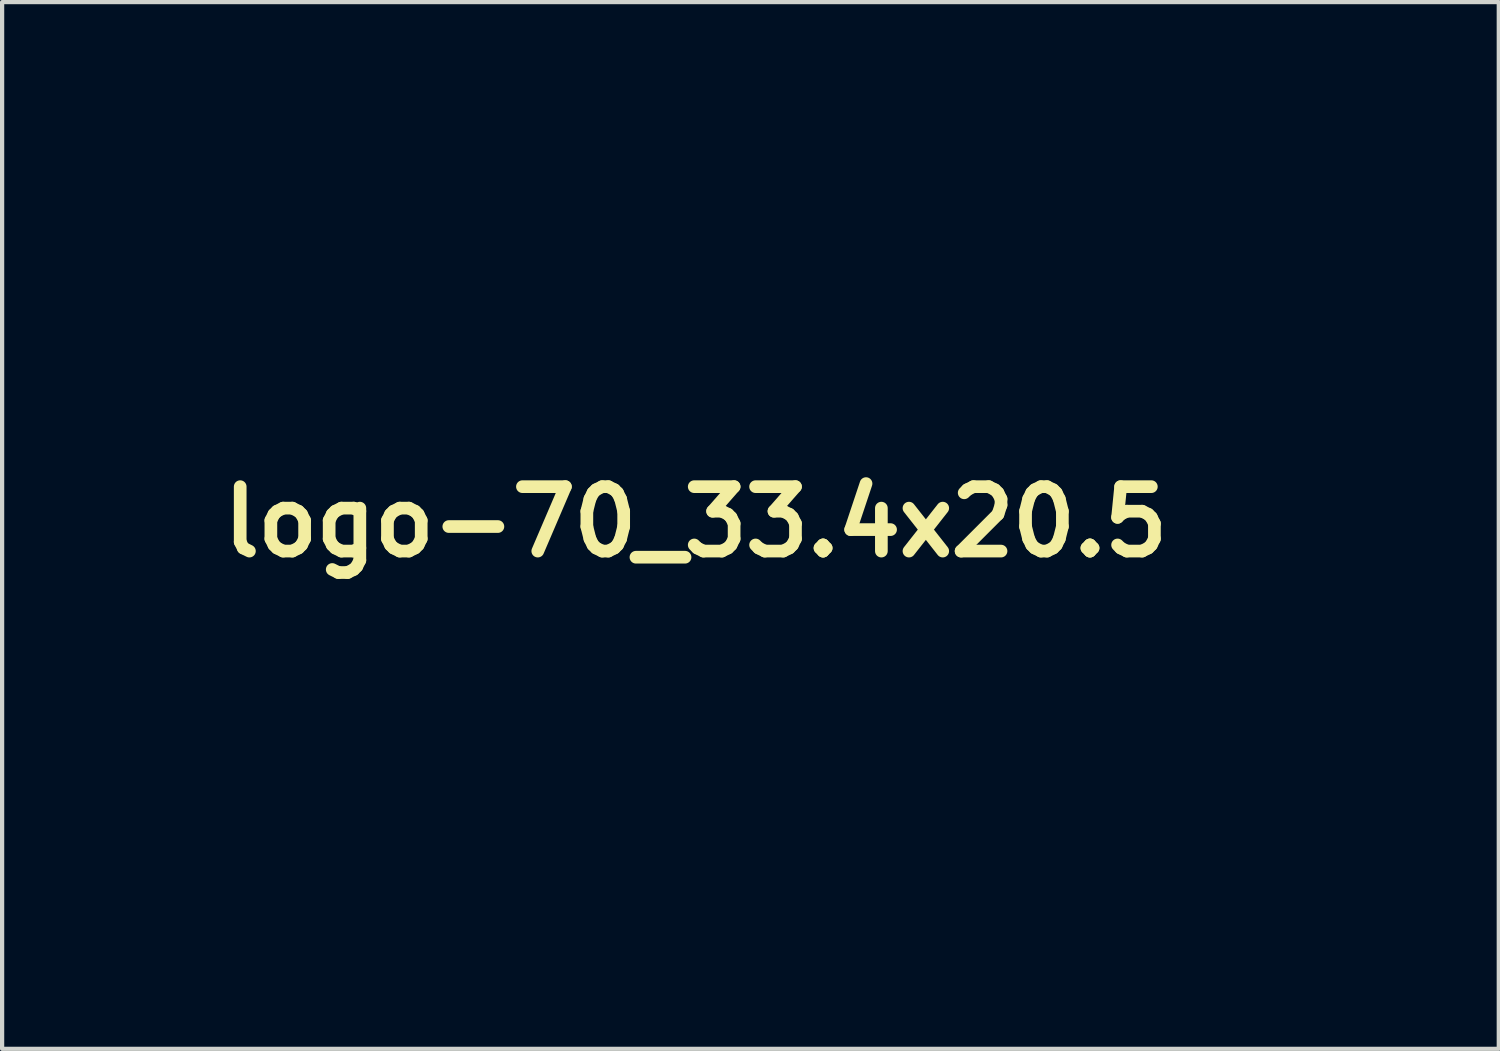
<source format=kicad_pcb>
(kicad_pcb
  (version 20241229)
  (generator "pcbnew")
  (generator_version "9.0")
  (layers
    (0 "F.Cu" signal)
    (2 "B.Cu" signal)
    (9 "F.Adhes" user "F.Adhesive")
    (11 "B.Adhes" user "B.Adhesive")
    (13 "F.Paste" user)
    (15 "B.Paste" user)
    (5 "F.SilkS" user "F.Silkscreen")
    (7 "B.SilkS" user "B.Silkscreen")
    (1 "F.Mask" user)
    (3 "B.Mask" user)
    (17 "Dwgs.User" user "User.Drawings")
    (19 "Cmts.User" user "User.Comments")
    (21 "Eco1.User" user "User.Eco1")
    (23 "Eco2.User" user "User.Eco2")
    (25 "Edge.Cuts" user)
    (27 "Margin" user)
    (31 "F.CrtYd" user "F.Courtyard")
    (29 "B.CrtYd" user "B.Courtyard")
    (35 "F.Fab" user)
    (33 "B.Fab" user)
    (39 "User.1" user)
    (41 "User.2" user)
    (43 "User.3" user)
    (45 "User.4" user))
  (footprint "logo-70_33.4x20.5"
    (layer "F.Cu")
    (at 13.409 9.297)
    (property "Reference" "logo-70_33.4x20.5" (at 0 0 0) (layer "F.SilkS") (effects (font (size 1.524 1.524) (thickness 0.3))))
    (attr through_hole)
    (fp_poly (pts (xy 6.045 3.352) (xy 6.066 3.514) (xy 6.052 3.736) (xy 6.013 3.955) (xy 5.958 4.111) (xy 5.916 4.149) (xy 5.874 4.073) (xy 5.847 3.878) (xy 5.842 3.73) (xy 5.861 3.458) (xy 5.908 3.29) (xy 5.974 3.248) (xy 6.045 3.352)) (stroke (width 0.01) (type solid)) (fill yes) (layer "F.Mask"))
    (fp_poly (pts (xy 4.721 3.713) (xy 4.741 3.842) (xy 4.715 4.015) (xy 4.65 4.241) (xy 4.568 4.461) (xy 4.489 4.617) (xy 4.446 4.657) (xy 4.424 4.582) (xy 4.417 4.396) (xy 4.418 4.339) (xy 4.452 4.02) (xy 4.523 3.777) (xy 4.619 3.65) (xy 4.655 3.641) (xy 4.721 3.713)) (stroke (width 0.01) (type solid)) (fill yes) (layer "F.Mask"))
    (fp_poly (pts (xy 3.2 3.869) (xy 3.216 3.958) (xy 3.184 4.115) (xy 3.106 4.332) (xy 3.002 4.56) (xy 2.897 4.754) (xy 2.813 4.864) (xy 2.782 4.87) (xy 2.773 4.767) (xy 2.804 4.561) (xy 2.86 4.31) (xy 2.929 4.073) (xy 2.997 3.908) (xy 3.001 3.902) (xy 3.113 3.813) (xy 3.2 3.869)) (stroke (width 0.01) (type solid)) (fill yes) (layer "F.Mask"))
    (fp_poly (pts (xy -0.3 3.41) (xy -0.319 3.504) (xy -0.397 3.649) (xy -0.53 3.828) (xy -0.721 4.033) (xy -0.937 4.233) (xy -1.143 4.399) (xy -1.304 4.501) (xy -1.385 4.507) (xy -1.365 4.394) (xy -1.249 4.206) (xy -1.069 3.979) (xy -0.857 3.749) (xy -0.644 3.55) (xy -0.464 3.419) (xy -0.37 3.387) (xy -0.3 3.41)) (stroke (width 0.01) (type solid)) (fill yes) (layer "F.Mask"))
    (fp_poly (pts (xy 1.517 3.819) (xy 1.524 3.848) (xy 1.482 4) (xy 1.375 4.208) (xy 1.23 4.437) (xy 1.073 4.646) (xy 0.933 4.799) (xy 0.836 4.856) (xy 0.815 4.844) (xy 0.826 4.73) (xy 0.904 4.52) (xy 1.03 4.263) (xy 1.182 4.006) (xy 1.185 4) (xy 1.305 3.874) (xy 1.434 3.805) (xy 1.517 3.819)) (stroke (width 0.01) (type solid)) (fill yes) (layer "F.Mask"))
    (fp_poly (pts (xy -2.288 2.679) (xy -2.348 2.794) (xy -2.488 2.967) (xy -2.663 3.149) (xy -2.823 3.288) (xy -2.909 3.334) (xy -3.041 3.39) (xy -3.235 3.509) (xy -3.275 3.537) (xy -3.493 3.68) (xy -3.606 3.72) (xy -3.641 3.664) (xy -3.641 3.66) (xy -3.582 3.566) (xy -3.433 3.4) (xy -3.232 3.199) (xy -3.017 2.998) (xy -2.826 2.836) (xy -2.698 2.748) (xy -2.681 2.743) (xy -2.52 2.698) (xy -2.434 2.666) (xy -2.314 2.648) (xy -2.288 2.679)) (stroke (width 0.01) (type solid)) (fill yes) (layer "F.Mask"))
    (fp_poly (pts (xy -8.467 -2.652) (xy -8.393 -2.608) (xy -8.213 -2.604) (xy -8.18 -2.607) (xy -7.936 -2.607) (xy -7.843 -2.551) (xy -7.906 -2.464) (xy -8.127 -2.375) (xy -8.147 -2.37) (xy -8.413 -2.299) (xy -8.633 -2.236) (xy -8.678 -2.222) (xy -8.844 -2.193) (xy -9.099 -2.174) (xy -9.4 -2.166) (xy -9.707 -2.166) (xy -9.979 -2.177) (xy -10.174 -2.196) (xy -10.251 -2.225) (xy -10.247 -2.232) (xy -10.126 -2.29) (xy -9.857 -2.376) (xy -9.458 -2.486) (xy -8.945 -2.615) (xy -8.657 -2.684) (xy -8.511 -2.691) (xy -8.467 -2.652)) (stroke (width 0.01) (type solid)) (fill yes) (layer "F.Mask"))
    (fp_poly (pts (xy -4.279 1.407) (xy -4.233 1.443) (xy -4.298 1.538) (xy -4.453 1.663) (xy -4.465 1.67) (xy -4.683 1.828) (xy -4.849 1.972) (xy -4.989 2.07) (xy -5.075 2.077) (xy -5.19 2.082) (xy -5.4 2.144) (xy -5.545 2.201) (xy -5.819 2.315) (xy -5.961 2.36) (xy -5.992 2.338) (xy -5.934 2.252) (xy -5.923 2.239) (xy -5.787 2.122) (xy -5.565 1.97) (xy -5.425 1.887) (xy -5.188 1.742) (xy -5.008 1.616) (xy -4.953 1.567) (xy -4.831 1.494) (xy -4.637 1.435) (xy -4.433 1.403) (xy -4.279 1.407)) (stroke (width 0.01) (type solid)) (fill yes) (layer "F.Mask"))
    (fp_poly (pts (xy -6.216 -0.321) (xy -6.079 -0.307) (xy -6.061 -0.27) (xy -6.133 -0.206) (xy -6.301 -0.111) (xy -6.397 -0.085) (xy -6.531 -0.036) (xy -6.698 0.072) (xy -6.901 0.172) (xy -7.193 0.251) (xy -7.366 0.277) (xy -7.651 0.313) (xy -7.879 0.353) (xy -7.963 0.377) (xy -8.109 0.391) (xy -8.155 0.368) (xy -8.118 0.307) (xy -7.973 0.206) (xy -7.769 0.091) (xy -7.553 -0.011) (xy -7.373 -0.075) (xy -7.313 -0.084) (xy -7.181 -0.143) (xy -7.122 -0.2) (xy -6.969 -0.274) (xy -6.673 -0.315) (xy -6.498 -0.321) (xy -6.216 -0.321)) (stroke (width 0.01) (type solid)) (fill yes) (layer "F.Mask"))
    (fp_poly (pts (xy -10.126 -5.609) (xy -10.037 -5.567) (xy -10.033 -5.563) (xy -9.894 -5.465) (xy -9.842 -5.453) (xy -9.671 -5.439) (xy -9.567 -5.431) (xy -9.429 -5.388) (xy -9.398 -5.341) (xy -9.478 -5.266) (xy -9.697 -5.202) (xy -10.028 -5.156) (xy -10.139 -5.147) (xy -10.326 -5.117) (xy -10.413 -5.067) (xy -10.414 -5.062) (xy -10.476 -5) (xy -10.628 -5.023) (xy -10.797 -5.111) (xy -10.965 -5.179) (xy -11.24 -5.243) (xy -11.545 -5.288) (xy -11.836 -5.33) (xy -12.014 -5.378) (xy -12.051 -5.424) (xy -12.051 -5.425) (xy -11.94 -5.462) (xy -11.698 -5.506) (xy -11.363 -5.55) (xy -11.046 -5.582) (xy -10.606 -5.616) (xy -10.307 -5.625) (xy -10.126 -5.609)) (stroke (width 0.01) (type solid)) (fill yes) (layer "F.Mask"))
    (fp_poly (pts (xy -12.997 -9.289) (xy -12.658 -9.267) (xy -12.253 -9.235) (xy -11.873 -9.206) (xy -11.575 -9.185) (xy -11.472 -9.178) (xy -11.242 -9.162) (xy -11.089 -9.151) (xy -11.07 -9.15) (xy -11.013 -9.075) (xy -11.007 -9.019) (xy -10.933 -8.915) (xy -10.754 -8.829) (xy -10.737 -8.825) (xy -10.543 -8.752) (xy -10.44 -8.67) (xy -10.438 -8.665) (xy -10.503 -8.631) (xy -10.695 -8.605) (xy -10.972 -8.588) (xy -11.293 -8.581) (xy -11.615 -8.585) (xy -11.895 -8.602) (xy -12.044 -8.621) (xy -12.17 -8.697) (xy -12.192 -8.76) (xy -12.27 -8.841) (xy -12.485 -8.936) (xy -12.764 -9.021) (xy -13.144 -9.129) (xy -13.357 -9.211) (xy -13.404 -9.265) (xy -13.284 -9.292) (xy -12.997 -9.289)) (stroke (width 0.01) (type solid)) (fill yes) (layer "F.Mask"))
    (fp_poly (pts (xy 6.601 0.509) (xy 6.638 0.622) (xy 6.632 0.643) (xy 6.635 0.726) (xy 6.722 0.712) (xy 6.819 0.71) (xy 6.856 0.832) (xy 6.858 0.913) (xy 6.824 1.107) (xy 6.743 1.211) (xy 6.634 1.312) (xy 6.503 1.508) (xy 6.382 1.739) (xy 6.302 1.947) (xy 6.291 2.065) (xy 6.286 2.192) (xy 6.23 2.378) (xy 6.146 2.569) (xy 6.058 2.71) (xy 5.992 2.746) (xy 5.989 2.743) (xy 5.933 2.589) (xy 5.931 2.33) (xy 5.978 2.023) (xy 6.067 1.721) (xy 6.098 1.646) (xy 6.211 1.341) (xy 6.286 1.031) (xy 6.298 0.942) (xy 6.33 0.707) (xy 6.374 0.541) (xy 6.383 0.523) (xy 6.49 0.463) (xy 6.601 0.509)) (stroke (width 0.01) (type solid)) (fill yes) (layer "F.Mask"))
    (fp_poly (pts (xy 5.826 0.835) (xy 5.849 0.995) (xy 5.866 1.127) (xy 5.897 1.124) (xy 5.898 1.122) (xy 5.979 1.018) (xy 6.054 1.059) (xy 6.095 1.225) (xy 6.096 1.27) (xy 6.06 1.468) (xy 5.976 1.524) (xy 5.86 1.587) (xy 5.695 1.744) (xy 5.525 1.943) (xy 5.39 2.137) (xy 5.334 2.275) (xy 5.334 2.277) (xy 5.271 2.366) (xy 5.244 2.371) (xy 5.194 2.423) (xy 5.207 2.455) (xy 5.198 2.572) (xy 5.115 2.772) (xy 5.052 2.886) (xy 4.91 3.09) (xy 4.811 3.153) (xy 4.785 3.135) (xy 4.752 2.938) (xy 4.813 2.638) (xy 4.961 2.266) (xy 5.171 1.873) (xy 5.333 1.582) (xy 5.451 1.326) (xy 5.481 1.228) (xy 5.673 1.228) (xy 5.715 1.27) (xy 5.757 1.228) (xy 5.715 1.185) (xy 5.673 1.228) (xy 5.481 1.228) (xy 5.503 1.156) (xy 5.503 1.144) (xy 5.555 0.946) (xy 5.676 0.798) (xy 5.774 0.762) (xy 5.826 0.835)) (stroke (width 0.01) (type solid)) (fill yes) (layer "F.Mask"))
    (fp_poly (pts (xy 4.183 0.873) (xy 4.182 0.943) (xy 4.078 1.085) (xy 3.979 1.186) (xy 3.683 1.467) (xy 3.953 1.414) (xy 4.134 1.386) (xy 4.186 1.432) (xy 4.143 1.588) (xy 4.135 1.612) (xy 4.046 1.79) (xy 3.952 1.872) (xy 3.95 1.872) (xy 3.769 1.898) (xy 3.614 1.95) (xy 3.398 2.058) (xy 3.387 2.064) (xy 3.128 2.225) (xy 2.888 2.415) (xy 2.706 2.598) (xy 2.624 2.735) (xy 2.623 2.746) (xy 2.559 2.836) (xy 2.405 2.977) (xy 2.211 3.129) (xy 2.031 3.25) (xy 1.914 3.302) (xy 1.913 3.302) (xy 1.87 3.232) (xy 1.863 3.156) (xy 1.907 3.015) (xy 2.017 2.804) (xy 2.163 2.57) (xy 2.313 2.362) (xy 2.436 2.227) (xy 2.484 2.201) (xy 2.601 2.145) (xy 2.794 1.999) (xy 3.024 1.799) (xy 3.253 1.58) (xy 3.443 1.378) (xy 3.554 1.228) (xy 3.563 1.208) (xy 3.693 1.041) (xy 3.902 0.912) (xy 4.115 0.862) (xy 4.183 0.873)) (stroke (width 0.01) (type solid)) (fill yes) (layer "F.Mask"))
    (fp_poly (pts (xy 5.041 0.878) (xy 5.132 0.932) (xy 5.093 1.013) (xy 5.044 1.064) (xy 4.935 1.228) (xy 4.911 1.329) (xy 4.933 1.414) (xy 5.025 1.365) (xy 5.04 1.353) (xy 5.166 1.286) (xy 5.217 1.294) (xy 5.223 1.403) (xy 5.152 1.567) (xy 5.042 1.72) (xy 4.934 1.795) (xy 4.914 1.795) (xy 4.814 1.841) (xy 4.643 1.978) (xy 4.439 2.168) (xy 4.24 2.374) (xy 4.083 2.557) (xy 4.006 2.682) (xy 4.005 2.703) (xy 3.965 2.793) (xy 3.846 2.965) (xy 3.75 3.087) (xy 3.585 3.274) (xy 3.49 3.339) (xy 3.434 3.299) (xy 3.421 3.27) (xy 3.421 3.063) (xy 3.527 2.776) (xy 3.723 2.443) (xy 3.989 2.099) (xy 4.087 1.992) (xy 4.301 1.741) (xy 4.465 1.503) (xy 4.475 1.482) (xy 4.657 1.482) (xy 4.699 1.524) (xy 4.741 1.482) (xy 4.699 1.439) (xy 4.657 1.482) (xy 4.475 1.482) (xy 4.541 1.338) (xy 4.643 1.099) (xy 4.805 0.928) (xy 4.983 0.867) (xy 5.041 0.878)) (stroke (width 0.01) (type solid)) (fill yes) (layer "F.Mask"))
    (fp_poly (pts (xy 3.033 0.724) (xy 3.031 0.84) (xy 2.922 0.989) (xy 2.778 1.098) (xy 2.614 1.212) (xy 2.588 1.281) (xy 2.644 1.315) (xy 2.825 1.32) (xy 2.951 1.277) (xy 3.117 1.199) (xy 3.165 1.225) (xy 3.11 1.372) (xy 3.075 1.445) (xy 2.918 1.658) (xy 2.727 1.786) (xy 2.549 1.802) (xy 2.495 1.773) (xy 2.382 1.775) (xy 2.169 1.844) (xy 1.899 1.958) (xy 1.618 2.096) (xy 1.369 2.237) (xy 1.196 2.358) (xy 1.142 2.431) (xy 1.074 2.512) (xy 0.903 2.635) (xy 0.68 2.769) (xy 0.455 2.886) (xy 0.28 2.955) (xy 0.233 2.963) (xy 0.179 2.893) (xy 0.169 2.812) (xy 0.24 2.639) (xy 0.431 2.414) (xy 0.527 2.328) (xy 0.762 2.328) (xy 0.804 2.371) (xy 0.847 2.328) (xy 0.804 2.286) (xy 0.762 2.328) (xy 0.527 2.328) (xy 0.713 2.162) (xy 1.057 1.907) (xy 1.434 1.675) (xy 1.636 1.57) (xy 2.05 1.347) (xy 2.299 1.159) (xy 2.373 1.053) (xy 2.538 0.828) (xy 2.792 0.694) (xy 2.915 0.677) (xy 3.033 0.724)) (stroke (width 0.01) (type solid)) (fill yes) (layer "F.Mask"))
    (fp_poly (pts (xy 1.951 0.311) (xy 1.972 0.397) (xy 1.873 0.517) (xy 1.734 0.634) (xy 1.66 0.677) (xy 1.561 0.706) (xy 1.381 0.773) (xy 1.143 0.868) (xy 1.384 0.937) (xy 1.634 0.962) (xy 1.828 0.928) (xy 1.991 0.897) (xy 2.025 0.964) (xy 1.93 1.113) (xy 1.865 1.183) (xy 1.685 1.315) (xy 1.479 1.402) (xy 1.301 1.43) (xy 1.208 1.38) (xy 1.208 1.38) (xy 1.114 1.342) (xy 0.905 1.357) (xy 0.624 1.413) (xy 0.312 1.499) (xy 0.011 1.602) (xy -0.237 1.71) (xy -0.391 1.812) (xy -0.412 1.839) (xy -0.529 1.935) (xy -0.755 2.045) (xy -0.984 2.128) (xy -1.307 2.226) (xy -1.498 2.271) (xy -1.584 2.265) (xy -1.594 2.209) (xy -1.575 2.152) (xy -1.53 2.002) (xy -1.524 1.958) (xy -1.459 1.873) (xy -1.296 1.732) (xy -1.188 1.651) (xy -0.847 1.651) (xy -0.804 1.693) (xy -0.762 1.651) (xy -0.804 1.609) (xy -0.847 1.651) (xy -1.188 1.651) (xy -1.078 1.568) (xy -0.853 1.415) (xy -0.665 1.305) (xy -0.569 1.27) (xy -0.378 1.234) (xy -0.085 1.14) (xy 0.26 1.007) (xy 0.609 0.857) (xy 0.914 0.709) (xy 1.125 0.584) (xy 1.171 0.545) (xy 1.351 0.4) (xy 1.506 0.327) (xy 1.514 0.326) (xy 1.72 0.305) (xy 1.778 0.299) (xy 1.951 0.311)) (stroke (width 0.01) (type solid)) (fill yes) (layer "F.Mask"))
    (fp_poly (pts (xy 0.644 -0.322) (xy 0.664 -0.314) (xy 0.823 -0.23) (xy 0.84 -0.155) (xy 0.797 -0.105) (xy 0.569 0.013) (xy 0.215 0.074) (xy 0.138 0.078) (xy 0.027 0.111) (xy 0.042 0.178) (xy 0.15 0.256) (xy 0.319 0.32) (xy 0.497 0.345) (xy 0.668 0.359) (xy 0.714 0.386) (xy 0.699 0.395) (xy 0.6 0.507) (xy 0.593 0.552) (xy 0.519 0.667) (xy 0.293 0.755) (xy -0.01 0.808) (xy -0.187 0.813) (xy -0.233 0.757) (xy -0.222 0.715) (xy -0.221 0.649) (xy -0.305 0.619) (xy -0.506 0.62) (xy -0.701 0.635) (xy -1.226 0.681) (xy -1.605 0.721) (xy -1.861 0.757) (xy -2.017 0.794) (xy -2.094 0.837) (xy -2.117 0.889) (xy -2.117 0.893) (xy -2.142 0.968) (xy -2.236 1.025) (xy -2.428 1.072) (xy -2.747 1.118) (xy -2.949 1.142) (xy -3.208 1.167) (xy -3.338 1.157) (xy -3.379 1.098) (xy -3.372 0.999) (xy -3.273 0.831) (xy -3.055 0.657) (xy -2.503 0.657) (xy -2.42 0.671) (xy -2.31 0.655) (xy -2.309 0.626) (xy -2.422 0.606) (xy -2.471 0.619) (xy -2.503 0.657) (xy -3.055 0.657) (xy -3.047 0.651) (xy -2.733 0.479) (xy -2.368 0.333) (xy -1.993 0.234) (xy -1.808 0.208) (xy -1.507 0.179) (xy -1.254 0.151) (xy -1.143 0.136) (xy -0.996 0.113) (xy -0.226 0.113) (xy -0.214 0.163) (xy -0.169 0.169) (xy -0.1 0.138) (xy -0.113 0.113) (xy -0.213 0.103) (xy -0.226 0.113) (xy -0.996 0.113) (xy -0.709 0.067) (xy -0.415 0.011) (xy -0.234 -0.037) (xy -0.136 -0.084) (xy -0.105 -0.117) (xy 0.09 -0.283) (xy 0.364 -0.357) (xy 0.644 -0.322)) (stroke (width 0.01) (type solid)) (fill yes) (layer "F.Mask"))
    (fp_poly (pts (xy -0.737 -1.327) (xy -0.513 -1.267) (xy -0.301 -1.188) (xy -0.15 -1.108) (xy -0.111 -1.047) (xy -0.113 -1.044) (xy -0.244 -1) (xy -0.53 -0.967) (xy -0.96 -0.945) (xy -1.099 -0.941) (xy -1.479 -0.931) (xy -1.157 -0.713) (xy -0.942 -0.59) (xy -0.772 -0.533) (xy -0.728 -0.536) (xy -0.567 -0.531) (xy -0.5 -0.501) (xy -0.447 -0.445) (xy -0.548 -0.425) (xy -0.576 -0.425) (xy -0.708 -0.396) (xy -0.723 -0.345) (xy -0.741 -0.253) (xy -0.882 -0.179) (xy -1.1 -0.136) (xy -1.351 -0.137) (xy -1.425 -0.147) (xy -1.566 -0.214) (xy -1.579 -0.293) (xy -1.586 -0.344) (xy -1.662 -0.388) (xy -1.826 -0.427) (xy -2.099 -0.465) (xy -2.5 -0.506) (xy -3.049 -0.553) (xy -3.1 -0.557) (xy -3.425 -0.576) (xy -3.618 -0.568) (xy -3.719 -0.526) (xy -3.754 -0.472) (xy -3.815 -0.403) (xy -3.957 -0.361) (xy -4.212 -0.342) (xy -4.485 -0.339) (xy -4.824 -0.343) (xy -5.028 -0.36) (xy -5.129 -0.398) (xy -5.163 -0.464) (xy -5.165 -0.498) (xy -5.103 -0.686) (xy -5.042 -0.758) (xy -5.028 -0.766) (xy -4.193 -0.766) (xy -4.096 -0.728) (xy -3.963 -0.749) (xy -3.895 -0.812) (xy -3.895 -0.813) (xy -3.966 -0.84) (xy -4.069 -0.847) (xy -4.187 -0.815) (xy -4.193 -0.766) (xy -5.028 -0.766) (xy -4.917 -0.823) (xy -4.695 -0.906) (xy -4.416 -0.995) (xy -4.119 -1.079) (xy -3.845 -1.148) (xy -3.633 -1.19) (xy -3.522 -1.194) (xy -3.517 -1.18) (xy -3.461 -1.144) (xy -3.259 -1.117) (xy -2.934 -1.103) (xy -2.731 -1.101) (xy -2.254 -1.089) (xy -1.936 -1.053) (xy -1.783 -0.995) (xy -1.704 -0.932) (xy -1.728 -0.995) (xy -1.733 -1.002) (xy -1.739 -1.084) (xy -1.631 -1.086) (xy -1.494 -1.098) (xy -1.459 -1.14) (xy -1.373 -1.242) (xy -1.169 -1.318) (xy -0.921 -1.349) (xy -0.737 -1.327)) (stroke (width 0.01) (type solid)) (fill yes) (layer "F.Mask"))
    (fp_poly (pts (xy -4.94 -3.016) (xy -4.855 -2.991) (xy -4.857 -2.982) (xy -4.81 -2.928) (xy -4.654 -2.865) (xy -4.446 -2.811) (xy -4.243 -2.78) (xy -4.124 -2.783) (xy -4.011 -2.77) (xy -3.788 -2.724) (xy -3.561 -2.668) (xy -3.114 -2.571) (xy -2.788 -2.547) (xy -2.55 -2.594) (xy -2.468 -2.637) (xy -2.235 -2.694) (xy -1.921 -2.651) (xy -1.574 -2.517) (xy -1.439 -2.441) (xy -1.143 -2.258) (xy -1.419 -2.185) (xy -1.769 -2.162) (xy -2.159 -2.233) (xy -2.455 -2.296) (xy -2.598 -2.289) (xy -2.589 -2.21) (xy -2.429 -2.06) (xy -2.416 -2.049) (xy -2.289 -1.918) (xy -2.265 -1.822) (xy -2.268 -1.818) (xy -2.259 -1.783) (xy -2.198 -1.797) (xy -2.033 -1.798) (xy -1.819 -1.734) (xy -1.817 -1.733) (xy -1.566 -1.622) (xy -1.79 -1.616) (xy -1.974 -1.567) (xy -2.063 -1.482) (xy -2.187 -1.383) (xy -2.438 -1.374) (xy -2.709 -1.431) (xy -2.883 -1.539) (xy -2.921 -1.655) (xy -2.943 -1.729) (xy -3.027 -1.799) (xy -3.196 -1.873) (xy -3.475 -1.963) (xy -3.89 -2.08) (xy -3.994 -2.108) (xy -4.434 -2.224) (xy -4.741 -2.298) (xy -4.943 -2.333) (xy -5.071 -2.332) (xy -5.154 -2.301) (xy -5.207 -2.256) (xy -5.294 -2.177) (xy -5.385 -2.137) (xy -5.519 -2.135) (xy -5.733 -2.172) (xy -6.065 -2.249) (xy -6.155 -2.271) (xy -6.487 -2.359) (xy -6.727 -2.438) (xy -6.854 -2.5) (xy -6.849 -2.535) (xy -6.787 -2.54) (xy -6.7 -2.608) (xy -6.689 -2.669) (xy -6.673 -2.697) (xy -5.8 -2.697) (xy -5.63 -2.625) (xy -5.433 -2.562) (xy -5.334 -2.547) (xy -5.25 -2.555) (xy -5.313 -2.611) (xy -5.334 -2.625) (xy -5.526 -2.693) (xy -5.63 -2.702) (xy -5.8 -2.697) (xy -6.673 -2.697) (xy -6.618 -2.796) (xy -6.498 -2.87) (xy -6.317 -2.915) (xy -6.05 -2.956) (xy -5.738 -2.989) (xy -5.422 -3.012) (xy -5.142 -3.022) (xy -4.94 -3.016)) (stroke (width 0.01) (type solid)) (fill yes) (layer "F.Mask"))
    (fp_poly (pts (xy -6.929 -5.406) (xy -6.525 -5.373) (xy -6.231 -5.322) (xy -6.067 -5.258) (xy -6.043 -5.203) (xy -5.995 -5.113) (xy -5.787 -5.025) (xy -5.688 -4.998) (xy -5.387 -4.912) (xy -5.111 -4.819) (xy -5.038 -4.79) (xy -4.799 -4.693) (xy -4.471 -4.567) (xy -4.124 -4.437) (xy -3.826 -4.329) (xy -3.704 -4.287) (xy -3.582 -4.288) (xy -3.556 -4.332) (xy -3.48 -4.386) (xy -3.248 -4.388) (xy -3.111 -4.375) (xy -2.782 -4.309) (xy -2.561 -4.188) (xy -2.481 -4.109) (xy -2.329 -3.962) (xy -2.211 -3.895) (xy -2.205 -3.895) (xy -2.127 -3.826) (xy -2.117 -3.768) (xy -2.162 -3.652) (xy -2.279 -3.678) (xy -2.344 -3.733) (xy -2.449 -3.777) (xy -2.491 -3.736) (xy -2.606 -3.684) (xy -2.691 -3.696) (xy -2.939 -3.787) (xy -3.233 -3.909) (xy -3.492 -4.026) (xy -3.582 -4.072) (xy -3.688 -4.116) (xy -3.675 -4.046) (xy -3.653 -4.004) (xy -3.532 -3.828) (xy -3.399 -3.671) (xy -3.293 -3.527) (xy -3.278 -3.439) (xy -3.242 -3.39) (xy -3.086 -3.339) (xy -3.06 -3.334) (xy -2.857 -3.272) (xy -2.738 -3.196) (xy -2.737 -3.193) (xy -2.763 -3.143) (xy -2.937 -3.157) (xy -2.946 -3.159) (xy -3.126 -3.179) (xy -3.175 -3.134) (xy -3.165 -3.096) (xy -3.198 -3.016) (xy -3.344 -2.987) (xy -3.557 -3.005) (xy -3.79 -3.069) (xy -3.919 -3.128) (xy -4.092 -3.274) (xy -4.119 -3.401) (xy -4.142 -3.489) (xy -4.264 -3.597) (xy -4.505 -3.74) (xy -4.857 -3.917) (xy -5.383 -4.17) (xy -5.78 -4.354) (xy -6.067 -4.477) (xy -6.269 -4.545) (xy -6.405 -4.565) (xy -6.498 -4.543) (xy -6.569 -4.485) (xy -6.598 -4.452) (xy -6.678 -4.392) (xy -6.799 -4.397) (xy -7.006 -4.472) (xy -7.138 -4.53) (xy -7.454 -4.669) (xy -7.766 -4.803) (xy -7.899 -4.859) (xy -8.099 -4.947) (xy -8.168 -5.021) (xy -8.138 -5.102) (xy -7.184 -5.102) (xy -7.106 -5.041) (xy -7.018 -5.003) (xy -6.815 -4.93) (xy -6.709 -4.928) (xy -6.652 -4.986) (xy -6.692 -5.047) (xy -6.852 -5.098) (xy -6.88 -5.103) (xy -7.106 -5.124) (xy -7.184 -5.102) (xy -8.138 -5.102) (xy -8.129 -5.127) (xy -8.08 -5.204) (xy -7.982 -5.325) (xy -7.855 -5.389) (xy -7.649 -5.415) (xy -7.42 -5.418) (xy -6.929 -5.406)) (stroke (width 0.01) (type solid)) (fill yes) (layer "F.Mask"))
    (fp_poly (pts (xy -7.589 -8.212) (xy -7.131 -8.078) (xy -6.828 -7.972) (xy -6.668 -7.888) (xy -6.636 -7.827) (xy -6.584 -7.734) (xy -6.389 -7.575) (xy -6.062 -7.357) (xy -5.773 -7.182) (xy -5.42 -6.974) (xy -5.117 -6.798) (xy -4.895 -6.672) (xy -4.786 -6.614) (xy -4.784 -6.613) (xy -4.662 -6.545) (xy -4.475 -6.423) (xy -4.451 -6.406) (xy -4.292 -6.303) (xy -4.239 -6.3) (xy -4.258 -6.376) (xy -4.262 -6.484) (xy -4.138 -6.519) (xy -4.1 -6.519) (xy -3.941 -6.48) (xy -3.723 -6.381) (xy -3.489 -6.247) (xy -3.279 -6.105) (xy -3.137 -5.981) (xy -3.103 -5.9) (xy -3.106 -5.897) (xy -3.092 -5.812) (xy -3.001 -5.722) (xy -2.911 -5.645) (xy -2.943 -5.614) (xy -3.118 -5.612) (xy -3.15 -5.612) (xy -3.342 -5.637) (xy -3.414 -5.689) (xy -3.41 -5.704) (xy -3.426 -5.749) (xy -3.506 -5.73) (xy -3.684 -5.744) (xy -3.951 -5.88) (xy -4.022 -5.927) (xy -4.282 -6.098) (xy -4.42 -6.163) (xy -4.448 -6.121) (xy -4.378 -5.968) (xy -4.326 -5.879) (xy -4.214 -5.669) (xy -4.153 -5.513) (xy -4.149 -5.487) (xy -4.087 -5.368) (xy -4.001 -5.287) (xy -3.908 -5.178) (xy -3.914 -5.117) (xy -4.02 -5.111) (xy -4.094 -5.154) (xy -4.243 -5.207) (xy -4.4 -5.179) (xy -4.486 -5.088) (xy -4.487 -5.071) (xy -4.556 -5.004) (xy -4.614 -4.995) (xy -4.727 -5.031) (xy -4.741 -5.061) (xy -4.809 -5.135) (xy -4.983 -5.254) (xy -5.123 -5.335) (xy -5.344 -5.459) (xy -5.435 -5.538) (xy -5.417 -5.604) (xy -5.325 -5.68) (xy -5.245 -5.748) (xy -5.226 -5.812) (xy -5.289 -5.897) (xy -5.45 -6.026) (xy -5.731 -6.223) (xy -5.768 -6.249) (xy -6.059 -6.453) (xy -6.304 -6.628) (xy -6.463 -6.745) (xy -6.495 -6.77) (xy -6.633 -6.849) (xy -6.678 -6.858) (xy -6.782 -6.915) (xy -6.787 -6.925) (xy -6.883 -7.029) (xy -7.06 -7.147) (xy -7.262 -7.251) (xy -7.435 -7.311) (xy -7.523 -7.302) (xy -7.618 -7.214) (xy -7.764 -7.206) (xy -7.983 -7.283) (xy -8.297 -7.453) (xy -8.572 -7.623) (xy -9.256 -8.055) (xy -8.255 -8.055) (xy -7.917 -7.844) (xy -7.681 -7.719) (xy -7.548 -7.705) (xy -7.519 -7.731) (xy -7.523 -7.851) (xy -7.56 -7.884) (xy -7.709 -7.937) (xy -7.935 -7.992) (xy -7.959 -7.997) (xy -8.255 -8.055) (xy -9.256 -8.055) (xy -9.311 -8.09) (xy -8.947 -8.289) (xy -8.584 -8.488) (xy -7.589 -8.212)) (stroke (width 0.01) (type solid)) (fill yes) (layer "F.Mask"))
    (fp_poly (pts (xy 1.33 -4.228) (xy 1.911 -4.22) (xy 2.282 -4.215) (xy 2.993 -4.202) (xy 3.56 -4.186) (xy 4.007 -4.166) (xy 4.359 -4.14) (xy 4.642 -4.105) (xy 4.879 -4.061) (xy 5.033 -4.024) (xy 5.367 -3.944) (xy 5.565 -3.922) (xy 5.65 -3.956) (xy 5.654 -3.965) (xy 5.742 -3.986) (xy 5.977 -4.005) (xy 6.339 -4.021) (xy 6.807 -4.035) (xy 7.359 -4.047) (xy 7.975 -4.056) (xy 8.634 -4.063) (xy 9.315 -4.067) (xy 9.997 -4.068) (xy 10.659 -4.067) (xy 11.279 -4.062) (xy 11.838 -4.055) (xy 12.314 -4.044) (xy 12.687 -4.031) (xy 12.935 -4.014) (xy 13.037 -3.994) (xy 13.039 -3.991) (xy 13.015 -3.753) (xy 12.951 -3.412) (xy 12.859 -3.015) (xy 12.752 -2.611) (xy 12.642 -2.245) (xy 12.541 -1.965) (xy 12.481 -1.843) (xy 12.358 -1.646) (xy 12.285 -1.518) (xy 12.277 -1.496) (xy 12.355 -1.476) (xy 12.562 -1.451) (xy 12.861 -1.424) (xy 12.979 -1.415) (xy 13.76 -1.295) (xy 14.425 -1.052) (xy 14.972 -0.688) (xy 15.401 -0.203) (xy 15.624 0.192) (xy 15.786 0.588) (xy 15.897 0.987) (xy 15.964 1.428) (xy 15.991 1.95) (xy 15.984 2.591) (xy 15.979 2.752) (xy 15.902 3.749) (xy 15.742 4.648) (xy 15.487 5.508) (xy 15.12 6.386) (xy 15.056 6.519) (xy 14.575 7.347) (xy 14 8.051) (xy 13.341 8.624) (xy 12.611 9.054) (xy 11.82 9.332) (xy 11.694 9.361) (xy 10.95 9.459) (xy 10.214 9.447) (xy 9.851 9.395) (xy 9.33 9.227) (xy 8.823 8.952) (xy 8.403 8.608) (xy 8.359 8.562) (xy 8.022 8.127) (xy 7.775 7.653) (xy 7.603 7.102) (xy 7.495 6.459) (xy 9.498 6.459) (xy 9.517 6.611) (xy 9.594 6.854) (xy 9.681 7.064) (xy 9.86 7.388) (xy 10.063 7.599) (xy 10.216 7.695) (xy 10.658 7.841) (xy 11.149 7.859) (xy 11.624 7.749) (xy 11.734 7.701) (xy 12.179 7.402) (xy 12.607 6.954) (xy 13.002 6.374) (xy 13.249 5.901) (xy 13.384 5.587) (xy 13.526 5.215) (xy 13.662 4.82) (xy 13.784 4.435) (xy 13.879 4.095) (xy 13.938 3.835) (xy 13.95 3.687) (xy 13.943 3.67) (xy 13.86 3.699) (xy 13.657 3.807) (xy 13.354 3.981) (xy 12.973 4.208) (xy 12.535 4.474) (xy 12.061 4.767) (xy 11.572 5.073) (xy 11.09 5.378) (xy 10.635 5.67) (xy 10.229 5.935) (xy 9.893 6.16) (xy 9.648 6.332) (xy 9.516 6.436) (xy 9.498 6.459) (xy 7.495 6.459) (xy 7.491 6.436) (xy 7.467 6.204) (xy 7.408 5.559) (xy 7.09 6.039) (xy 6.772 6.519) (xy 5.629 6.519) (xy 5.212 6.516) (xy 4.863 6.508) (xy 4.613 6.496) (xy 4.493 6.481) (xy 4.487 6.476) (xy 4.533 6.395) (xy 4.659 6.2) (xy 4.848 5.914) (xy 5.086 5.562) (xy 5.257 5.312) (xy 5.576 4.846) (xy 5.915 4.351) (xy 5.973 4.265) (xy 9.567 4.265) (xy 9.628 4.271) (xy 9.813 4.194) (xy 10.125 4.031) (xy 10.569 3.78) (xy 11.147 3.441) (xy 11.768 3.068) (xy 12.397 2.686) (xy 12.896 2.379) (xy 13.278 2.138) (xy 13.559 1.951) (xy 13.754 1.809) (xy 13.877 1.701) (xy 13.943 1.617) (xy 13.968 1.545) (xy 13.969 1.521) (xy 13.915 1.25) (xy 13.773 0.93) (xy 13.581 0.626) (xy 13.375 0.405) (xy 13.36 0.393) (xy 13.111 0.276) (xy 12.774 0.199) (xy 12.674 0.188) (xy 12.134 0.225) (xy 11.623 0.423) (xy 11.146 0.774) (xy 10.71 1.272) (xy 10.321 1.909) (xy 9.985 2.678) (xy 9.708 3.573) (xy 9.699 3.611) (xy 9.629 3.905) (xy 9.582 4.147) (xy 9.567 4.265) (xy 5.973 4.265) (xy 6.238 3.876) (xy 6.511 3.476) (xy 6.571 3.387) (xy 6.826 3.012) (xy 7.081 2.64) (xy 7.301 2.321) (xy 7.415 2.159) (xy 7.583 1.904) (xy 7.663 1.718) (xy 7.675 1.536) (xy 7.656 1.397) (xy 7.616 1.142) (xy 7.592 0.939) (xy 7.591 0.91) (xy 7.517 0.785) (xy 7.439 0.762) (xy 7.32 0.834) (xy 7.232 1.056) (xy 7.173 1.434) (xy 7.152 1.72) (xy 7.128 1.97) (xy 7.093 2.144) (xy 7.074 2.183) (xy 6.989 2.197) (xy 6.925 2.078) (xy 6.892 1.864) (xy 6.9 1.59) (xy 6.903 1.566) (xy 6.938 1.223) (xy 6.968 0.832) (xy 6.975 0.685) (xy 7.836 0.685) (xy 7.838 0.746) (xy 7.854 1.018) (xy 7.863 1.206) (xy 7.882 1.376) (xy 7.909 1.439) (xy 7.971 1.374) (xy 8.084 1.212) (xy 8.13 1.14) (xy 8.244 0.931) (xy 8.267 0.774) (xy 8.21 0.588) (xy 8.201 0.568) (xy 8.13 0.369) (xy 8.106 0.24) (xy 8.108 0.233) (xy 8.065 0.172) (xy 8.041 0.169) (xy 7.939 0.245) (xy 7.865 0.435) (xy 7.836 0.685) (xy 6.975 0.685) (xy 6.977 0.657) (xy 7.004 0.325) (xy 7.048 0.138) (xy 7.106 0.106) (xy 7.162 0.202) (xy 7.235 0.294) (xy 7.334 0.246) (xy 7.418 0.206) (xy 7.449 0.299) (xy 7.451 0.376) (xy 7.475 0.524) (xy 7.53 0.554) (xy 7.591 0.432) (xy 7.589 0.236) (xy 7.553 0.127) (xy 7.705 0.127) (xy 7.747 0.169) (xy 7.789 0.127) (xy 7.747 0.085) (xy 7.705 0.127) (xy 7.553 0.127) (xy 7.528 0.049) (xy 7.524 0.043) (xy 8.301 0.043) (xy 8.333 0.278) (xy 8.389 0.437) (xy 8.462 0.553) (xy 8.525 0.538) (xy 8.614 0.42) (xy 8.694 0.279) (xy 8.689 0.149) (xy 8.598 -0.046) (xy 8.595 -0.052) (xy 8.481 -0.222) (xy 8.386 -0.292) (xy 8.37 -0.289) (xy 8.313 -0.169) (xy 8.301 0.043) (xy 7.524 0.043) (xy 7.507 0.018) (xy 7.46 -0.116) (xy 7.539 -0.185) (xy 7.706 -0.172) (xy 7.822 -0.125) (xy 7.984 -0.048) (xy 8.036 -0.066) (xy 8.013 -0.196) (xy 8.01 -0.204) (xy 7.946 -0.429) (xy 7.902 -0.557) (xy 7.886 -0.664) (xy 7.986 -0.653) (xy 7.986 -0.652) (xy 8.106 -0.649) (xy 8.128 -0.696) (xy 8.168 -0.715) (xy 8.25 -0.63) (xy 8.337 -0.528) (xy 8.356 -0.565) (xy 8.352 -0.605) (xy 8.293 -0.763) (xy 8.594 -0.763) (xy 8.649 -0.519) (xy 8.772 -0.148) (xy 8.828 -0.036) (xy 8.898 -0.026) (xy 9.005 -0.131) (xy 9.17 -0.366) (xy 9.207 -0.424) (xy 9.355 -0.663) (xy 9.455 -0.851) (xy 9.483 -0.93) (xy 9.544 -1.013) (xy 9.564 -1.016) (xy 9.663 -1.082) (xy 9.744 -1.2) (xy 9.797 -1.358) (xy 9.721 -1.472) (xy 9.689 -1.496) (xy 9.587 -1.581) (xy 9.623 -1.607) (xy 9.678 -1.609) (xy 9.801 -1.563) (xy 9.821 -1.514) (xy 9.86 -1.465) (xy 9.961 -1.541) (xy 10.099 -1.718) (xy 10.186 -1.856) (xy 10.339 -2.117) (xy 8.945 -2.117) (xy 9.149 -1.9) (xy 9.353 -1.682) (xy 9.11 -1.775) (xy 8.931 -1.831) (xy 8.838 -1.838) (xy 8.837 -1.838) (xy 8.866 -1.76) (xy 8.972 -1.589) (xy 9.082 -1.434) (xy 9.356 -1.06) (xy 9.038 -1.247) (xy 8.823 -1.35) (xy 8.728 -1.336) (xy 8.755 -1.208) (xy 8.905 -0.969) (xy 8.932 -0.931) (xy 9.081 -0.7) (xy 9.142 -0.543) (xy 9.117 -0.481) (xy 9.011 -0.536) (xy 8.891 -0.654) (xy 8.714 -0.826) (xy 8.615 -0.864) (xy 8.594 -0.763) (xy 8.293 -0.763) (xy 8.281 -0.794) (xy 8.235 -0.862) (xy 8.203 -0.974) (xy 8.297 -0.974) (xy 8.34 -0.931) (xy 8.382 -0.974) (xy 8.34 -1.016) (xy 8.297 -0.974) (xy 8.203 -0.974) (xy 8.186 -1.031) (xy 8.215 -1.104) (xy 8.296 -1.182) (xy 8.415 -1.149) (xy 8.477 -1.113) (xy 8.662 -0.998) (xy 8.476 -1.235) (xy 8.29 -1.472) (xy 8.463 -1.564) (xy 8.582 -1.644) (xy 8.561 -1.727) (xy 8.491 -1.802) (xy 8.41 -1.914) (xy 8.449 -1.947) (xy 8.523 -1.99) (xy 8.721 -1.99) (xy 8.763 -1.947) (xy 8.805 -1.99) (xy 8.763 -2.032) (xy 8.721 -1.99) (xy 8.523 -1.99) (xy 8.545 -2.002) (xy 8.551 -2.032) (xy 8.476 -2.085) (xy 8.289 -2.115) (xy 8.219 -2.117) (xy 8 -2.102) (xy 7.891 -2.035) (xy 7.834 -1.875) (xy 7.832 -1.863) (xy 7.77 -1.685) (xy 7.699 -1.609) (xy 7.698 -1.609) (xy 7.636 -1.537) (xy 7.62 -1.43) (xy 7.583 -1.3) (xy 7.493 -1.301) (xy 7.395 -1.29) (xy 7.366 -1.14) (xy 7.331 -0.975) (xy 7.251 -0.935) (xy 7.168 -1.037) (xy 7.13 -1.083) (xy 7.117 -1.016) (xy 7.065 -0.835) (xy 7.026 -0.762) (xy 6.947 -0.678) (xy 6.872 -0.745) (xy 6.861 -0.762) (xy 6.796 -0.816) (xy 6.733 -0.739) (xy 6.679 -0.601) (xy 6.607 -0.418) (xy 6.551 -0.376) (xy 6.474 -0.454) (xy 6.459 -0.474) (xy 6.362 -0.585) (xy 6.288 -0.56) (xy 6.218 -0.471) (xy 6.121 -0.307) (xy 6.093 -0.217) (xy 6.047 -0.208) (xy 5.938 -0.31) (xy 5.931 -0.318) (xy 5.771 -0.51) (xy 5.59 -0.279) (xy 5.459 -0.135) (xy 5.376 -0.12) (xy 5.33 -0.173) (xy 5.281 -0.337) (xy 5.29 -0.402) (xy 5.296 -0.499) (xy 5.202 -0.469) (xy 5.015 -0.315) (xy 4.98 -0.281) (xy 4.793 -0.132) (xy 4.684 -0.129) (xy 4.639 -0.275) (xy 4.636 -0.375) (xy 4.636 -0.587) (xy 4.275 -0.376) (xy 3.915 -0.165) (xy 3.875 -0.375) (xy 3.879 -0.573) (xy 3.887 -0.593) (xy 5.588 -0.593) (xy 5.619 -0.523) (xy 5.644 -0.536) (xy 5.655 -0.637) (xy 5.644 -0.649) (xy 5.594 -0.637) (xy 5.588 -0.593) (xy 3.887 -0.593) (xy 3.916 -0.656) (xy 5.083 -0.656) (xy 5.126 -0.641) (xy 5.222 -0.72) (xy 5.329 -0.846) (xy 5.359 -0.896) (xy 5.764 -0.896) (xy 5.78 -0.786) (xy 5.808 -0.785) (xy 5.829 -0.898) (xy 5.825 -0.91) (xy 6.182 -0.91) (xy 6.195 -0.786) (xy 6.245 -0.817) (xy 6.265 -0.847) (xy 6.317 -0.949) (xy 6.572 -0.949) (xy 6.607 -0.931) (xy 6.679 -1) (xy 6.689 -1.058) (xy 6.671 -1.171) (xy 6.655 -1.185) (xy 6.601 -1.119) (xy 6.573 -1.058) (xy 6.572 -0.949) (xy 6.317 -0.949) (xy 6.337 -0.989) (xy 6.349 -1.037) (xy 6.285 -1.099) (xy 6.265 -1.101) (xy 6.2 -1.029) (xy 6.182 -0.91) (xy 5.825 -0.91) (xy 5.815 -0.947) (xy 5.778 -0.979) (xy 5.764 -0.896) (xy 5.359 -0.896) (xy 5.405 -0.972) (xy 5.419 -1.025) (xy 5.369 -1.029) (xy 5.25 -0.932) (xy 5.249 -0.931) (xy 5.125 -0.772) (xy 5.083 -0.656) (xy 3.916 -0.656) (xy 3.928 -0.684) (xy 3.949 -0.743) (xy 4.403 -0.743) (xy 4.454 -0.73) (xy 4.579 -0.803) (xy 4.732 -0.929) (xy 4.868 -1.074) (xy 4.909 -1.131) (xy 4.966 -1.239) (xy 4.918 -1.232) (xy 4.899 -1.221) (xy 4.71 -1.083) (xy 4.534 -0.923) (xy 4.42 -0.787) (xy 4.403 -0.743) (xy 3.949 -0.743) (xy 3.951 -0.748) (xy 3.83 -0.735) (xy 3.574 -0.645) (xy 3.355 -0.554) (xy 3.026 -0.412) (xy 3.068 -0.608) (xy 3.133 -0.84) (xy 3.138 -0.856) (xy 3.586 -0.856) (xy 3.704 -0.894) (xy 3.929 -1.01) (xy 4.028 -1.066) (xy 4.283 -1.229) (xy 4.334 -1.27) (xy 6.943 -1.27) (xy 6.974 -1.2) (xy 6.999 -1.214) (xy 7.009 -1.314) (xy 6.999 -1.326) (xy 6.949 -1.315) (xy 6.943 -1.27) (xy 4.334 -1.27) (xy 4.432 -1.349) (xy 4.455 -1.397) (xy 7.197 -1.397) (xy 7.239 -1.355) (xy 7.281 -1.397) (xy 7.239 -1.439) (xy 7.197 -1.397) (xy 4.455 -1.397) (xy 4.463 -1.414) (xy 4.363 -1.41) (xy 4.314 -1.396) (xy 4.122 -1.317) (xy 4.028 -1.26) (xy 3.899 -1.156) (xy 3.725 -1.019) (xy 3.589 -0.897) (xy 3.586 -0.856) (xy 3.138 -0.856) (xy 3.178 -0.964) (xy 3.204 -1.064) (xy 3.145 -1.096) (xy 2.964 -1.074) (xy 2.913 -1.065) (xy 2.645 -1.013) (xy 2.417 -0.965) (xy 2.392 -0.959) (xy 2.238 -0.96) (xy 2.214 -1.068) (xy 2.32 -1.28) (xy 2.362 -1.342) (xy 2.829 -1.342) (xy 2.848 -1.288) (xy 3.009 -1.303) (xy 3.301 -1.385) (xy 3.619 -1.497) (xy 3.835 -1.592) (xy 3.963 -1.677) (xy 3.979 -1.705) (xy 3.914 -1.773) (xy 3.724 -1.738) (xy 3.429 -1.609) (xy 3.202 -1.504) (xy 3.029 -1.445) (xy 2.993 -1.439) (xy 2.856 -1.376) (xy 2.829 -1.342) (xy 2.362 -1.342) (xy 2.374 -1.359) (xy 2.546 -1.601) (xy 1.954 -1.626) (xy 1.363 -1.651) (xy 1.466 -1.865) (xy 1.99 -1.865) (xy 2.507 -1.904) (xy 2.831 -1.942) (xy 3.123 -2.001) (xy 3.269 -2.047) (xy 3.514 -2.151) (xy 3.26 -2.18) (xy 3.043 -2.168) (xy 2.742 -2.108) (xy 2.498 -2.037) (xy 1.99 -1.865) (xy 1.466 -1.865) (xy 1.496 -1.926) (xy 1.614 -2.108) (xy 1.73 -2.199) (xy 1.746 -2.201) (xy 1.852 -2.245) (xy 1.863 -2.276) (xy 1.786 -2.323) (xy 1.585 -2.372) (xy 1.331 -2.408) (xy 0.961 -2.455) (xy 0.742 -2.512) (xy 0.658 -2.592) (xy 0.688 -2.7) (xy 1.393 -2.7) (xy 1.464 -2.657) (xy 1.651 -2.624) (xy 1.914 -2.604) (xy 2.225 -2.6) (xy 2.534 -2.61) (xy 2.789 -2.632) (xy 2.94 -2.664) (xy 2.956 -2.673) (xy 2.964 -2.752) (xy 2.831 -2.809) (xy 2.582 -2.839) (xy 2.244 -2.837) (xy 2.117 -2.828) (xy 1.725 -2.788) (xy 1.482 -2.745) (xy 1.393 -2.7) (xy 0.688 -2.7) (xy 0.691 -2.711) (xy 0.807 -2.866) (xy 0.98 -3.035) (xy 1.135 -3.127) (xy 1.167 -3.133) (xy 1.261 -3.154) (xy 1.212 -3.212) (xy 1.041 -3.294) (xy 0.768 -3.389) (xy 0.667 -3.419) (xy 0.326 -3.527) (xy -0.014 -3.651) (xy -0.102 -3.688) (xy 0.923 -3.688) (xy 0.931 -3.677) (xy 1.114 -3.601) (xy 1.228 -3.551) (xy 1.382 -3.505) (xy 1.631 -3.455) (xy 1.923 -3.409) (xy 2.205 -3.373) (xy 2.427 -3.355) (xy 2.534 -3.362) (xy 2.535 -3.363) (xy 2.514 -3.435) (xy 2.438 -3.524) (xy 2.297 -3.601) (xy 2.039 -3.654) (xy 1.639 -3.688) (xy 1.555 -3.692) (xy 1.24 -3.702) (xy 1.02 -3.7) (xy 0.923 -3.688) (xy -0.102 -3.688) (xy -0.163 -3.713) (xy -0.518 -3.872) (xy -0.416 -3.932) (xy 2.596 -3.932) (xy 2.708 -3.894) (xy 2.941 -3.824) (xy 3.253 -3.734) (xy 3.602 -3.636) (xy 3.944 -3.54) (xy 4.239 -3.461) (xy 4.442 -3.409) (xy 4.506 -3.395) (xy 4.613 -3.43) (xy 4.796 -3.526) (xy 4.836 -3.55) (xy 5.104 -3.712) (xy 4.765 -3.804) (xy 4.588 -3.836) (xy 4.317 -3.869) (xy 3.986 -3.899) (xy 3.627 -3.925) (xy 3.275 -3.946) (xy 2.964 -3.958) (xy 2.727 -3.96) (xy 2.598 -3.95) (xy 2.596 -3.932) (xy -0.416 -3.932) (xy -0.2 -4.06) (xy -0.097 -4.117) (xy 0.007 -4.161) (xy 0.135 -4.193) (xy 0.309 -4.214) (xy 0.551 -4.226) (xy 0.884 -4.23) (xy 1.33 -4.228)) (stroke (width 0.01) (type solid)) (fill yes) (layer "F.Mask")))
  (gr_rect
    (start -3 -3)
    (end 32.405 21.761)
    (stroke (width 0.1) (type default))
    (fill no)
    (layer "Edge.Cuts")))
</source>
